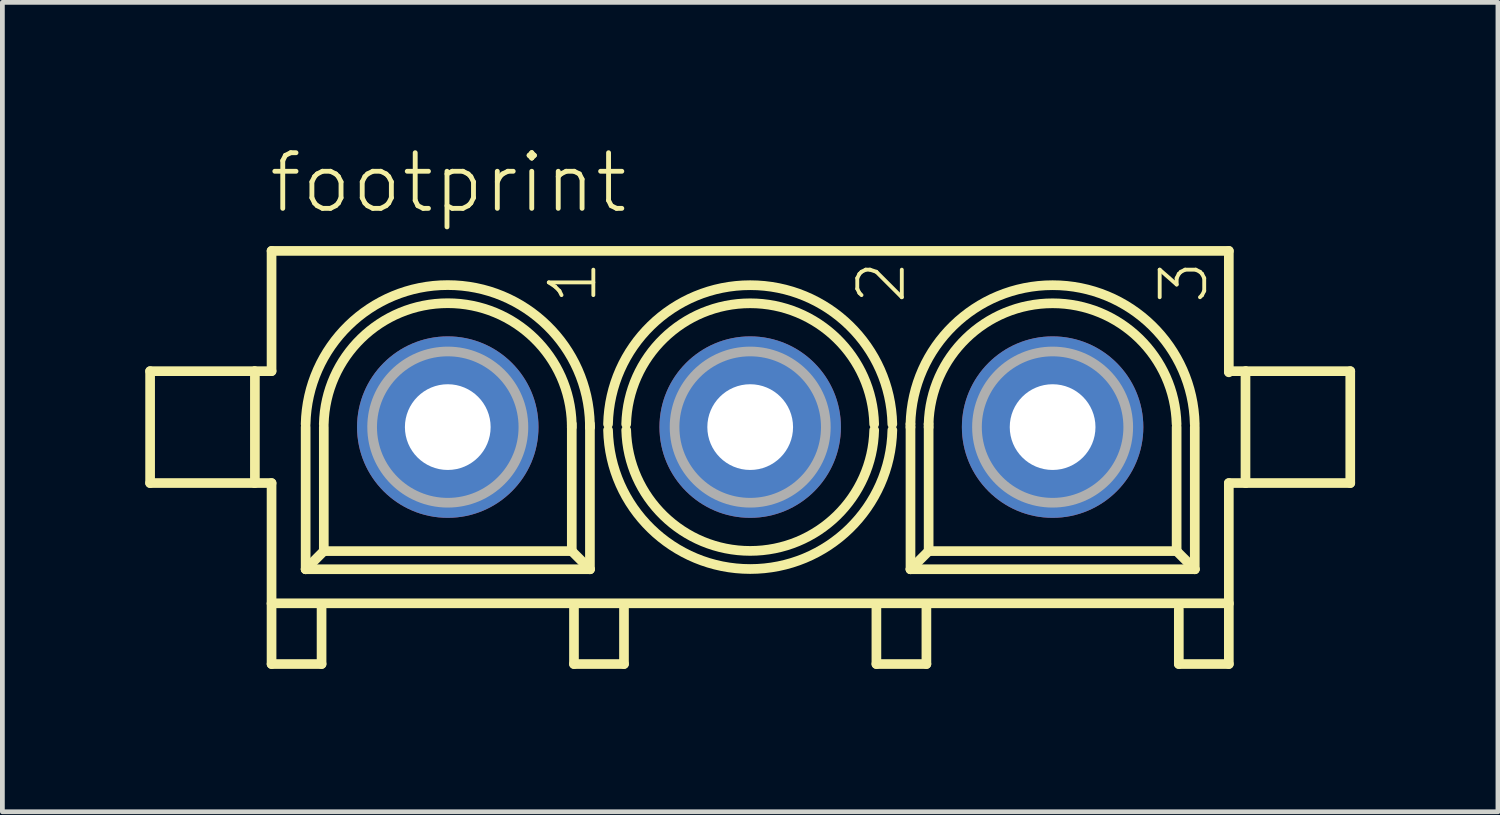
<source format=kicad_pcb>
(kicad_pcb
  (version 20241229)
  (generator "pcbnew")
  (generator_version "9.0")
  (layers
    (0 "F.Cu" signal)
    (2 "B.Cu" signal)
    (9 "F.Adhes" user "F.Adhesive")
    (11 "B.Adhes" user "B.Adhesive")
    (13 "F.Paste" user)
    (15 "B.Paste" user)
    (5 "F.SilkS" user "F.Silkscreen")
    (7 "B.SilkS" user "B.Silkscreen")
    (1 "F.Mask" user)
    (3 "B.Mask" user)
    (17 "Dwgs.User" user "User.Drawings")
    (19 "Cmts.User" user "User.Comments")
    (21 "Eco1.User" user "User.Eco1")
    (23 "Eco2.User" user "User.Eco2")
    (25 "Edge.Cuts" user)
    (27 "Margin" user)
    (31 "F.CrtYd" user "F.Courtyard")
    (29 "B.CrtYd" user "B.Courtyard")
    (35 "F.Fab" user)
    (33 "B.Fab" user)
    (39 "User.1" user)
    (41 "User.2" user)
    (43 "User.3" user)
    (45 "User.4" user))
  (footprint "footprint"
    (layer "F.Cu")
    (at 12.702 5.918)
    (property "Reference" "footprint" (at -10.16 -4.445 0) (layer "F.SilkS") (effects (font (size 1.168 1.168) (thickness 0.102)) (justify left bottom)))
    (fp_line (start -12.6 -1.175) (end -12.6 1.175) (stroke (width 0.203) (type solid)) (layer "F.SilkS"))
    (fp_line (start -12.6 1.175) (end -10.425 1.175) (stroke (width 0.203) (type solid)) (layer "F.SilkS"))
    (fp_line (start -10.425 -1.175) (end -12.6 -1.175) (stroke (width 0.203) (type solid)) (layer "F.SilkS"))
    (fp_line (start -10.4 -1.175) (end -10.05 -1.175) (stroke (width 0.203) (type solid)) (layer "F.SilkS"))
    (fp_line (start -10.4 1.175) (end -10.4 -1.175) (stroke (width 0.203) (type solid)) (layer "F.SilkS"))
    (fp_line (start -10.05 -3.7) (end 10.05 -3.7) (stroke (width 0.203) (type solid)) (layer "F.SilkS"))
    (fp_line (start -10.05 -1.175) (end -10.05 -3.7) (stroke (width 0.203) (type solid)) (layer "F.SilkS"))
    (fp_line (start -10.05 1.175) (end -10.4 1.175) (stroke (width 0.203) (type solid)) (layer "F.SilkS"))
    (fp_line (start -10.05 3.7) (end -10.05 1.175) (stroke (width 0.203) (type solid)) (layer "F.SilkS"))
    (fp_line (start -10.05 3.725) (end -10.05 4.975) (stroke (width 0.203) (type solid)) (layer "F.SilkS"))
    (fp_line (start -10.05 4.975) (end -9 4.975) (stroke (width 0.203) (type solid)) (layer "F.SilkS"))
    (fp_line (start -9.334 2.985) (end -9.334 0) (stroke (width 0.203) (type solid)) (layer "F.SilkS"))
    (fp_line (start -9 4.975) (end -9 3.8) (stroke (width 0.203) (type solid)) (layer "F.SilkS"))
    (fp_line (start -8.953 2.604) (end -9.334 2.985) (stroke (width 0.203) (type solid)) (layer "F.SilkS"))
    (fp_line (start -8.953 2.604) (end -8.953 0) (stroke (width 0.203) (type solid)) (layer "F.SilkS"))
    (fp_line (start -3.747 -0.064) (end -3.747 0) (stroke (width 0.203) (type solid)) (layer "F.SilkS"))
    (fp_line (start -3.746 0) (end -3.746 2.604) (stroke (width 0.203) (type solid)) (layer "F.SilkS"))
    (fp_line (start -3.746 2.604) (end -8.953 2.604) (stroke (width 0.203) (type solid)) (layer "F.SilkS"))
    (fp_line (start -3.746 2.604) (end -3.365 2.985) (stroke (width 0.203) (type solid)) (layer "F.SilkS"))
    (fp_line (start -3.7 4.975) (end -3.7 3.775) (stroke (width 0.203) (type solid)) (layer "F.SilkS"))
    (fp_line (start -3.366 -0.064) (end -3.366 0) (stroke (width 0.203) (type solid)) (layer "F.SilkS"))
    (fp_line (start -3.365 0) (end -3.366 0) (stroke (width 0.203) (type solid)) (layer "F.SilkS"))
    (fp_line (start -3.365 0) (end -3.365 2.985) (stroke (width 0.203) (type solid)) (layer "F.SilkS"))
    (fp_line (start -3.365 2.985) (end -9.334 2.985) (stroke (width 0.203) (type solid)) (layer "F.SilkS"))
    (fp_line (start -2.65 3.775) (end -2.65 4.975) (stroke (width 0.203) (type solid)) (layer "F.SilkS"))
    (fp_line (start -2.65 4.975) (end -3.7 4.975) (stroke (width 0.203) (type solid)) (layer "F.SilkS"))
    (fp_line (start 2.65 4.975) (end 2.65 3.775) (stroke (width 0.203) (type solid)) (layer "F.SilkS"))
    (fp_line (start 3.365 0) (end 3.365 -0.064) (stroke (width 0.203) (type solid)) (layer "F.SilkS"))
    (fp_line (start 3.366 2.985) (end 3.366 0) (stroke (width 0.203) (type solid)) (layer "F.SilkS"))
    (fp_line (start 3.7 3.775) (end 3.7 4.975) (stroke (width 0.203) (type solid)) (layer "F.SilkS"))
    (fp_line (start 3.7 4.975) (end 2.65 4.975) (stroke (width 0.203) (type solid)) (layer "F.SilkS"))
    (fp_line (start 3.746 0) (end 3.746 -0.064) (stroke (width 0.203) (type solid)) (layer "F.SilkS"))
    (fp_line (start 3.747 2.604) (end 3.366 2.985) (stroke (width 0.203) (type solid)) (layer "F.SilkS"))
    (fp_line (start 3.747 2.604) (end 3.747 0) (stroke (width 0.203) (type solid)) (layer "F.SilkS"))
    (fp_line (start 8.954 0) (end 8.954 2.604) (stroke (width 0.203) (type solid)) (layer "F.SilkS"))
    (fp_line (start 8.954 2.604) (end 3.747 2.604) (stroke (width 0.203) (type solid)) (layer "F.SilkS"))
    (fp_line (start 8.954 2.604) (end 9.335 2.985) (stroke (width 0.203) (type solid)) (layer "F.SilkS"))
    (fp_line (start 9 4.975) (end 9 3.825) (stroke (width 0.203) (type solid)) (layer "F.SilkS"))
    (fp_line (start 9.335 0) (end 9.335 2.985) (stroke (width 0.203) (type solid)) (layer "F.SilkS"))
    (fp_line (start 9.335 2.985) (end 3.366 2.985) (stroke (width 0.203) (type solid)) (layer "F.SilkS"))
    (fp_line (start 10.05 -3.7) (end 10.05 -1.175) (stroke (width 0.203) (type solid)) (layer "F.SilkS"))
    (fp_line (start 10.05 -1.175) (end 10.05 -1.15) (stroke (width 0.203) (type solid)) (layer "F.SilkS"))
    (fp_line (start 10.05 -1.175) (end 10.4 -1.175) (stroke (width 0.203) (type solid)) (layer "F.SilkS"))
    (fp_line (start 10.05 1.175) (end 10.05 3.7) (stroke (width 0.203) (type solid)) (layer "F.SilkS"))
    (fp_line (start 10.05 3.7) (end -10.05 3.7) (stroke (width 0.203) (type solid)) (layer "F.SilkS"))
    (fp_line (start 10.05 3.75) (end 10.05 4.975) (stroke (width 0.203) (type solid)) (layer "F.SilkS"))
    (fp_line (start 10.05 4.975) (end 9 4.975) (stroke (width 0.203) (type solid)) (layer "F.SilkS"))
    (fp_line (start 10.4 -1.175) (end 10.4 1.175) (stroke (width 0.203) (type solid)) (layer "F.SilkS"))
    (fp_line (start 10.4 1.175) (end 10.05 1.175) (stroke (width 0.203) (type solid)) (layer "F.SilkS"))
    (fp_line (start 10.425 -1.175) (end 12.6 -1.175) (stroke (width 0.203) (type solid)) (layer "F.SilkS"))
    (fp_line (start 12.6 -1.175) (end 12.6 1.175) (stroke (width 0.203) (type solid)) (layer "F.SilkS"))
    (fp_line (start 12.6 1.175) (end 10.425 1.175) (stroke (width 0.203) (type solid)) (layer "F.SilkS"))
    (fp_arc (start -9.3346 -0.0636) (mid -6.35015 -2.979945) (end -3.3657 -0.0636) (stroke (width 0.2032) (type solid)) (layer "F.SilkS"))
    (fp_arc (start -8.9536 -0.0636) (mid -6.35015 -2.601886) (end -3.7467 -0.0636) (stroke (width 0.2032) (type solid)) (layer "F.SilkS"))
    (fp_arc (start -2.9847 -0.0636) (mid -0.0002 -2.980093) (end 2.9843 -0.0636) (stroke (width 0.2032) (type solid)) (layer "F.SilkS"))
    (fp_arc (start -2.6037 -0.0636) (mid -0.000201 -2.600086) (end 2.6033 -0.063602) (stroke (width 0.2032) (type solid)) (layer "F.SilkS"))
    (fp_arc (start 2.6037 0.0636) (mid 0.000201 2.600086) (end -2.6033 0.063602) (stroke (width 0.2032) (type solid)) (layer "F.SilkS"))
    (fp_arc (start 2.9847 0.0636) (mid 0.0002 2.980093) (end -2.9843 0.0636) (stroke (width 0.2032) (type solid)) (layer "F.SilkS"))
    (fp_arc (start 3.3653 -0.0636) (mid 6.3498 -2.980093) (end 9.3343 -0.0636) (stroke (width 0.2032) (type solid)) (layer "F.SilkS"))
    (fp_arc (start 3.7463 -0.0636) (mid 6.349799 -2.600086) (end 8.9533 -0.063602) (stroke (width 0.2032) (type solid)) (layer "F.SilkS"))
    (fp_circle (center -6.35 0) (end -4.762 0) (stroke (width 0.203) (type solid)) (fill no) (layer "F.Fab"))
    (fp_circle (center 0 0) (end 1.588 0) (stroke (width 0.203) (type solid)) (fill no) (layer "F.Fab"))
    (fp_circle (center 6.35 0) (end 7.938 0) (stroke (width 0.203) (type solid)) (fill no) (layer "F.Fab"))
    (fp_text user "2" (at 3.302 -2.54 90) (layer "F.SilkS") (effects (font (size 0.935 0.935) (thickness 0.081)) (justify left bottom)))
    (fp_text user "1" (at -3.175 -2.54 90) (layer "F.SilkS") (effects (font (size 0.935 0.935) (thickness 0.081)) (justify left bottom)))
    (fp_text user "3" (at 9.652 -2.54 90) (layer "F.SilkS") (effects (font (size 0.935 0.935) (thickness 0.081)) (justify left bottom)))
    (pad "1" thru_hole circle (at -6.35 0) (size 3.81 3.81) (drill 1.8) (layers "*.Cu" "*.Mask"))
    (pad "2" thru_hole circle (at 0 0) (size 3.81 3.81) (drill 1.8) (layers "*.Cu" "*.Mask"))
    (pad "3" thru_hole circle (at 6.35 0) (size 3.81 3.81) (drill 1.8) (layers "*.Cu" "*.Mask")))
  (gr_rect
    (start -3 -3)
    (end 28.403 13.995)
    (stroke (width 0.1) (type default))
    (fill no)
    (layer "Edge.Cuts")))
</source>
